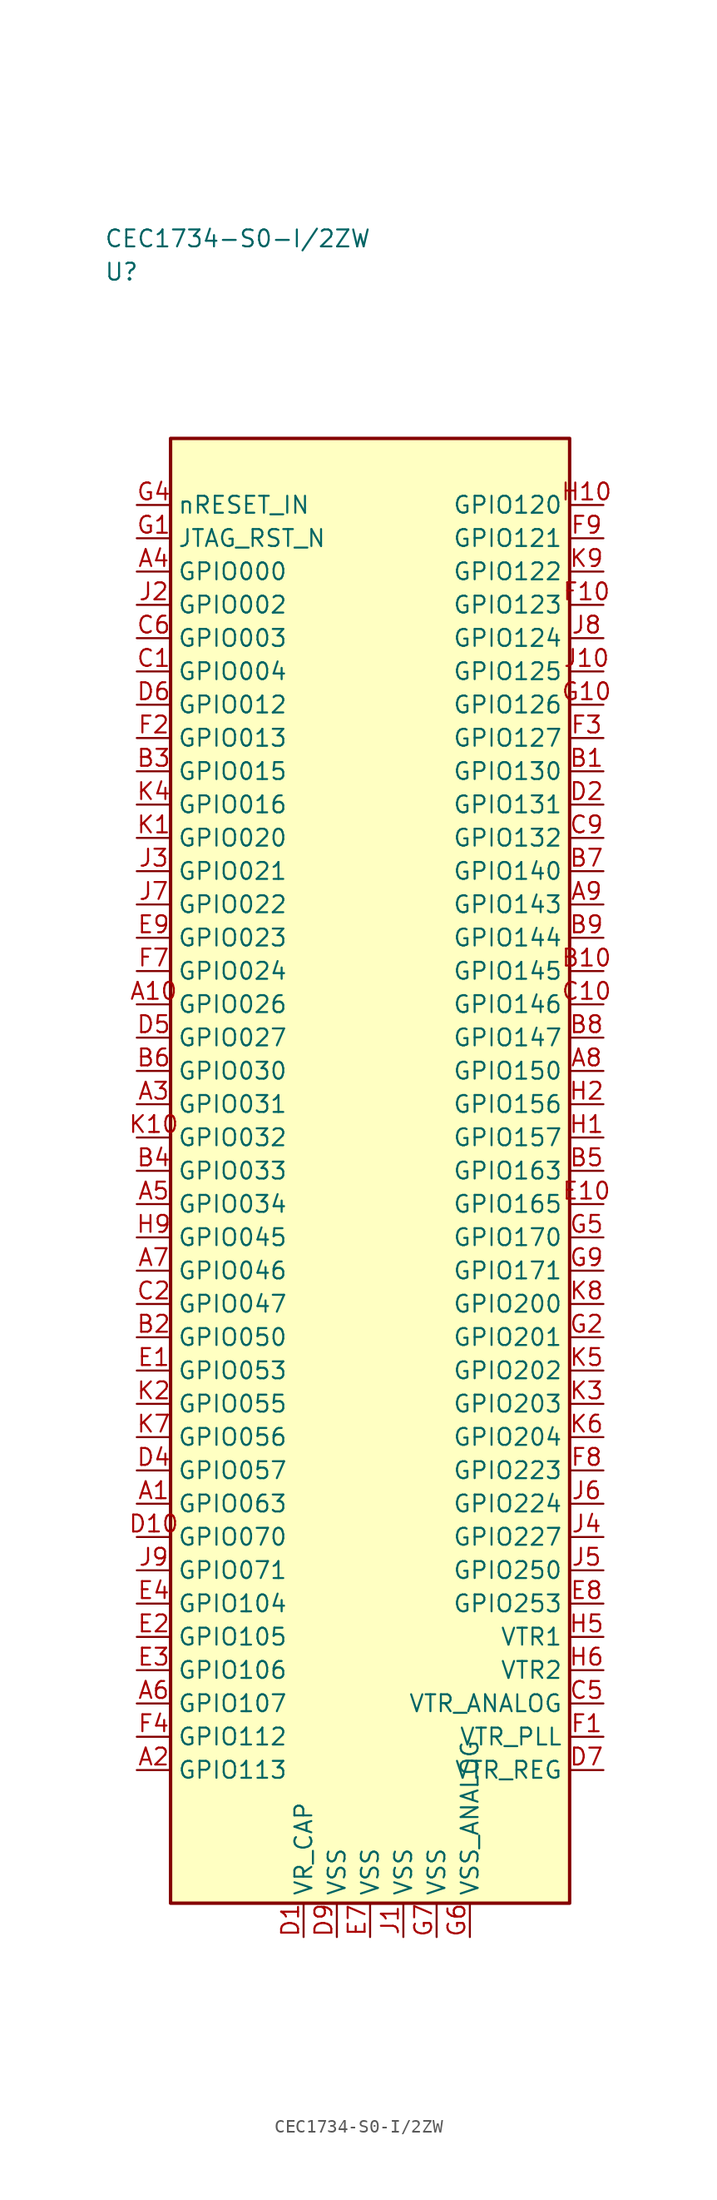
<source format=kicad_sym>
(kicad_symbol_lib
  (version 20241025)
  (generator "kicad_symbol_editor")
  (generator_version "8.0")
  (symbol "CEC1734-S0-I/2ZW"
    (property "Reference" "U"
      (at -20.0 67.5 0)
      (effects (font (size 1.27 1.27)) (justify left)))
    (property "Value" "CEC1734-S0-I/2ZW"
      (at -20.0 70.0 0)
      (effects (font (size 1.27 1.27)) (justify left)))
    (symbol "CEC1734-S0-I/2ZW_0_1"
      (rectangle (start -15.0 55.0) (end 15.0 -55.0) (stroke (width 0.254) (type default)) (fill (type background))))
    (symbol "CEC1734-S0-I/2ZW_1_1"
      (pin bidirectional line (at -17.54 45.0 0.0) (length 2.54) (name "GPIO000" (effects (font (size 1.27 1.27)))) (number "A4" (effects (font (size 1.27 1.27)))))
      (pin bidirectional line (at -17.54 42.5 0.0) (length 2.54) (name "GPIO002" (effects (font (size 1.27 1.27)))) (number "J2" (effects (font (size 1.27 1.27)))))
      (pin bidirectional line (at -17.54 40.0 0.0) (length 2.54) (name "GPIO003" (effects (font (size 1.27 1.27)))) (number "C6" (effects (font (size 1.27 1.27)))))
      (pin bidirectional line (at -17.54 37.5 0.0) (length 2.54) (name "GPIO004" (effects (font (size 1.27 1.27)))) (number "C1" (effects (font (size 1.27 1.27)))))
      (pin bidirectional line (at -17.54 35.0 0.0) (length 2.54) (name "GPIO012" (effects (font (size 1.27 1.27)))) (number "D6" (effects (font (size 1.27 1.27)))))
      (pin bidirectional line (at -17.54 32.5 0.0) (length 2.54) (name "GPIO013" (effects (font (size 1.27 1.27)))) (number "F2" (effects (font (size 1.27 1.27)))))
      (pin bidirectional line (at -17.54 30.0 0.0) (length 2.54) (name "GPIO015" (effects (font (size 1.27 1.27)))) (number "B3" (effects (font (size 1.27 1.27)))))
      (pin bidirectional line (at -17.54 27.5 0.0) (length 2.54) (name "GPIO016" (effects (font (size 1.27 1.27)))) (number "K4" (effects (font (size 1.27 1.27)))))
      (pin bidirectional line (at -17.54 25.0 0.0) (length 2.54) (name "GPIO020" (effects (font (size 1.27 1.27)))) (number "K1" (effects (font (size 1.27 1.27)))))
      (pin bidirectional line (at -17.54 22.5 0.0) (length 2.54) (name "GPIO021" (effects (font (size 1.27 1.27)))) (number "J3" (effects (font (size 1.27 1.27)))))
      (pin bidirectional line (at -17.54 20.0 0.0) (length 2.54) (name "GPIO022" (effects (font (size 1.27 1.27)))) (number "J7" (effects (font (size 1.27 1.27)))))
      (pin bidirectional line (at -17.54 17.5 0.0) (length 2.54) (name "GPIO023" (effects (font (size 1.27 1.27)))) (number "E9" (effects (font (size 1.27 1.27)))))
      (pin bidirectional line (at -17.54 15.0 0.0) (length 2.54) (name "GPIO024" (effects (font (size 1.27 1.27)))) (number "F7" (effects (font (size 1.27 1.27)))))
      (pin bidirectional line (at -17.54 12.5 0.0) (length 2.54) (name "GPIO026" (effects (font (size 1.27 1.27)))) (number "A10" (effects (font (size 1.27 1.27)))))
      (pin bidirectional line (at -17.54 10.0 0.0) (length 2.54) (name "GPIO027" (effects (font (size 1.27 1.27)))) (number "D5" (effects (font (size 1.27 1.27)))))
      (pin bidirectional line (at -17.54 7.5 0.0) (length 2.54) (name "GPIO030" (effects (font (size 1.27 1.27)))) (number "B6" (effects (font (size 1.27 1.27)))))
      (pin bidirectional line (at -17.54 5.0 0.0) (length 2.54) (name "GPIO031" (effects (font (size 1.27 1.27)))) (number "A3" (effects (font (size 1.27 1.27)))))
      (pin bidirectional line (at -17.54 2.5 0.0) (length 2.54) (name "GPIO032" (effects (font (size 1.27 1.27)))) (number "K10" (effects (font (size 1.27 1.27)))))
      (pin bidirectional line (at -17.54 0.0 0.0) (length 2.54) (name "GPIO033" (effects (font (size 1.27 1.27)))) (number "B4" (effects (font (size 1.27 1.27)))))
      (pin bidirectional line (at -17.54 -2.5 0.0) (length 2.54) (name "GPIO034" (effects (font (size 1.27 1.27)))) (number "A5" (effects (font (size 1.27 1.27)))))
      (pin bidirectional line (at -17.54 -5.0 0.0) (length 2.54) (name "GPIO045" (effects (font (size 1.27 1.27)))) (number "H9" (effects (font (size 1.27 1.27)))))
      (pin bidirectional line (at -17.54 -7.5 0.0) (length 2.54) (name "GPIO046" (effects (font (size 1.27 1.27)))) (number "A7" (effects (font (size 1.27 1.27)))))
      (pin bidirectional line (at -17.54 -10.0 0.0) (length 2.54) (name "GPIO047" (effects (font (size 1.27 1.27)))) (number "C2" (effects (font (size 1.27 1.27)))))
      (pin bidirectional line (at -17.54 -12.5 0.0) (length 2.54) (name "GPIO050" (effects (font (size 1.27 1.27)))) (number "B2" (effects (font (size 1.27 1.27)))))
      (pin bidirectional line (at -17.54 -15.0 0.0) (length 2.54) (name "GPIO053" (effects (font (size 1.27 1.27)))) (number "E1" (effects (font (size 1.27 1.27)))))
      (pin bidirectional line (at -17.54 -17.5 0.0) (length 2.54) (name "GPIO055" (effects (font (size 1.27 1.27)))) (number "K2" (effects (font (size 1.27 1.27)))))
      (pin bidirectional line (at -17.54 -20.0 0.0) (length 2.54) (name "GPIO056" (effects (font (size 1.27 1.27)))) (number "K7" (effects (font (size 1.27 1.27)))))
      (pin bidirectional line (at -17.54 -22.5 0.0) (length 2.54) (name "GPIO057" (effects (font (size 1.27 1.27)))) (number "D4" (effects (font (size 1.27 1.27)))))
      (pin bidirectional line (at -17.54 -25.0 0.0) (length 2.54) (name "GPIO063" (effects (font (size 1.27 1.27)))) (number "A1" (effects (font (size 1.27 1.27)))))
      (pin bidirectional line (at -17.54 -27.5 0.0) (length 2.54) (name "GPIO070" (effects (font (size 1.27 1.27)))) (number "D10" (effects (font (size 1.27 1.27)))))
      (pin bidirectional line (at -17.54 -30.0 0.0) (length 2.54) (name "GPIO071" (effects (font (size 1.27 1.27)))) (number "J9" (effects (font (size 1.27 1.27)))))
      (pin bidirectional line (at -17.54 -32.5 0.0) (length 2.54) (name "GPIO104" (effects (font (size 1.27 1.27)))) (number "E4" (effects (font (size 1.27 1.27)))))
      (pin bidirectional line (at -17.54 -35.0 0.0) (length 2.54) (name "GPIO105" (effects (font (size 1.27 1.27)))) (number "E2" (effects (font (size 1.27 1.27)))))
      (pin bidirectional line (at -17.54 -37.5 0.0) (length 2.54) (name "GPIO106" (effects (font (size 1.27 1.27)))) (number "E3" (effects (font (size 1.27 1.27)))))
      (pin bidirectional line (at -17.54 -40.0 0.0) (length 2.54) (name "GPIO107" (effects (font (size 1.27 1.27)))) (number "A6" (effects (font (size 1.27 1.27)))))
      (pin bidirectional line (at -17.54 -42.5 0.0) (length 2.54) (name "GPIO112" (effects (font (size 1.27 1.27)))) (number "F4" (effects (font (size 1.27 1.27)))))
      (pin bidirectional line (at -17.54 -45.0 0.0) (length 2.54) (name "GPIO113" (effects (font (size 1.27 1.27)))) (number "A2" (effects (font (size 1.27 1.27)))))
      (pin bidirectional line (at 17.54 50.0 180.0) (length 2.54) (name "GPIO120" (effects (font (size 1.27 1.27)))) (number "H10" (effects (font (size 1.27 1.27)))))
      (pin bidirectional line (at 17.54 47.5 180.0) (length 2.54) (name "GPIO121" (effects (font (size 1.27 1.27)))) (number "F9" (effects (font (size 1.27 1.27)))))
      (pin bidirectional line (at 17.54 45.0 180.0) (length 2.54) (name "GPIO122" (effects (font (size 1.27 1.27)))) (number "K9" (effects (font (size 1.27 1.27)))))
      (pin bidirectional line (at 17.54 42.5 180.0) (length 2.54) (name "GPIO123" (effects (font (size 1.27 1.27)))) (number "F10" (effects (font (size 1.27 1.27)))))
      (pin bidirectional line (at 17.54 40.0 180.0) (length 2.54) (name "GPIO124" (effects (font (size 1.27 1.27)))) (number "J8" (effects (font (size 1.27 1.27)))))
      (pin bidirectional line (at 17.54 37.5 180.0) (length 2.54) (name "GPIO125" (effects (font (size 1.27 1.27)))) (number "J10" (effects (font (size 1.27 1.27)))))
      (pin bidirectional line (at 17.54 35.0 180.0) (length 2.54) (name "GPIO126" (effects (font (size 1.27 1.27)))) (number "G10" (effects (font (size 1.27 1.27)))))
      (pin bidirectional line (at 17.54 32.5 180.0) (length 2.54) (name "GPIO127" (effects (font (size 1.27 1.27)))) (number "F3" (effects (font (size 1.27 1.27)))))
      (pin bidirectional line (at 17.54 30.0 180.0) (length 2.54) (name "GPIO130" (effects (font (size 1.27 1.27)))) (number "B1" (effects (font (size 1.27 1.27)))))
      (pin bidirectional line (at 17.54 27.5 180.0) (length 2.54) (name "GPIO131" (effects (font (size 1.27 1.27)))) (number "D2" (effects (font (size 1.27 1.27)))))
      (pin bidirectional line (at 17.54 25.0 180.0) (length 2.54) (name "GPIO132" (effects (font (size 1.27 1.27)))) (number "C9" (effects (font (size 1.27 1.27)))))
      (pin bidirectional line (at 17.54 22.5 180.0) (length 2.54) (name "GPIO140" (effects (font (size 1.27 1.27)))) (number "B7" (effects (font (size 1.27 1.27)))))
      (pin bidirectional line (at 17.54 20.0 180.0) (length 2.54) (name "GPIO143" (effects (font (size 1.27 1.27)))) (number "A9" (effects (font (size 1.27 1.27)))))
      (pin bidirectional line (at 17.54 17.5 180.0) (length 2.54) (name "GPIO144" (effects (font (size 1.27 1.27)))) (number "B9" (effects (font (size 1.27 1.27)))))
      (pin bidirectional line (at 17.54 15.0 180.0) (length 2.54) (name "GPIO145" (effects (font (size 1.27 1.27)))) (number "B10" (effects (font (size 1.27 1.27)))))
      (pin bidirectional line (at 17.54 12.5 180.0) (length 2.54) (name "GPIO146" (effects (font (size 1.27 1.27)))) (number "C10" (effects (font (size 1.27 1.27)))))
      (pin bidirectional line (at 17.54 10.0 180.0) (length 2.54) (name "GPIO147" (effects (font (size 1.27 1.27)))) (number "B8" (effects (font (size 1.27 1.27)))))
      (pin bidirectional line (at 17.54 7.5 180.0) (length 2.54) (name "GPIO150" (effects (font (size 1.27 1.27)))) (number "A8" (effects (font (size 1.27 1.27)))))
      (pin bidirectional line (at 17.54 5.0 180.0) (length 2.54) (name "GPIO156" (effects (font (size 1.27 1.27)))) (number "H2" (effects (font (size 1.27 1.27)))))
      (pin bidirectional line (at 17.54 2.5 180.0) (length 2.54) (name "GPIO157" (effects (font (size 1.27 1.27)))) (number "H1" (effects (font (size 1.27 1.27)))))
      (pin bidirectional line (at 17.54 0.0 180.0) (length 2.54) (name "GPIO163" (effects (font (size 1.27 1.27)))) (number "B5" (effects (font (size 1.27 1.27)))))
      (pin bidirectional line (at 17.54 -2.5 180.0) (length 2.54) (name "GPIO165" (effects (font (size 1.27 1.27)))) (number "E10" (effects (font (size 1.27 1.27)))))
      (pin bidirectional line (at 17.54 -5.0 180.0) (length 2.54) (name "GPIO170" (effects (font (size 1.27 1.27)))) (number "G5" (effects (font (size 1.27 1.27)))))
      (pin bidirectional line (at 17.54 -7.5 180.0) (length 2.54) (name "GPIO171" (effects (font (size 1.27 1.27)))) (number "G9" (effects (font (size 1.27 1.27)))))
      (pin bidirectional line (at 17.54 -10.0 180.0) (length 2.54) (name "GPIO200" (effects (font (size 1.27 1.27)))) (number "K8" (effects (font (size 1.27 1.27)))))
      (pin bidirectional line (at 17.54 -12.5 180.0) (length 2.54) (name "GPIO201" (effects (font (size 1.27 1.27)))) (number "G2" (effects (font (size 1.27 1.27)))))
      (pin bidirectional line (at 17.54 -15.0 180.0) (length 2.54) (name "GPIO202" (effects (font (size 1.27 1.27)))) (number "K5" (effects (font (size 1.27 1.27)))))
      (pin bidirectional line (at 17.54 -17.5 180.0) (length 2.54) (name "GPIO203" (effects (font (size 1.27 1.27)))) (number "K3" (effects (font (size 1.27 1.27)))))
      (pin bidirectional line (at 17.54 -20.0 180.0) (length 2.54) (name "GPIO204" (effects (font (size 1.27 1.27)))) (number "K6" (effects (font (size 1.27 1.27)))))
      (pin bidirectional line (at 17.54 -22.5 180.0) (length 2.54) (name "GPIO223" (effects (font (size 1.27 1.27)))) (number "F8" (effects (font (size 1.27 1.27)))))
      (pin bidirectional line (at 17.54 -25.0 180.0) (length 2.54) (name "GPIO224" (effects (font (size 1.27 1.27)))) (number "J6" (effects (font (size 1.27 1.27)))))
      (pin bidirectional line (at 17.54 -27.5 180.0) (length 2.54) (name "GPIO227" (effects (font (size 1.27 1.27)))) (number "J4" (effects (font (size 1.27 1.27)))))
      (pin bidirectional line (at 17.54 -30.0 180.0) (length 2.54) (name "GPIO250" (effects (font (size 1.27 1.27)))) (number "J5" (effects (font (size 1.27 1.27)))))
      (pin bidirectional line (at 17.54 -32.5 180.0) (length 2.54) (name "GPIO253" (effects (font (size 1.27 1.27)))) (number "E8" (effects (font (size 1.27 1.27)))))
      (pin input line (at -17.54 47.5 0.0) (length 2.54) (name "JTAG_RST_N" (effects (font (size 1.27 1.27)))) (number "G1" (effects (font (size 1.27 1.27)))))
      (pin input line (at -17.54 50.0 0.0) (length 2.54) (name "nRESET_IN" (effects (font (size 1.27 1.27)))) (number "G4" (effects (font (size 1.27 1.27)))))
      (pin passive line (at 7.5 -57.54 90.0) (length 2.54) (name "VSS_ANALOG" (effects (font (size 1.27 1.27)))) (number "G6" (effects (font (size 1.27 1.27)))))
      (pin bidirectional line (at 17.54 -42.5 180.0) (length 2.54) (name "VTR_PLL" (effects (font (size 1.27 1.27)))) (number "F1" (effects (font (size 1.27 1.27)))))
      (pin passive line (at -2.5 -57.54 90.0) (length 2.54) (name "VSS" (effects (font (size 1.27 1.27)))) (number "D9" (effects (font (size 1.27 1.27)))))
      (pin bidirectional line (at 17.54 -45.0 180.0) (length 2.54) (name "VTR_REG" (effects (font (size 1.27 1.27)))) (number "D7" (effects (font (size 1.27 1.27)))))
      (pin bidirectional line (at 17.54 -35.0 180.0) (length 2.54) (name "VTR1" (effects (font (size 1.27 1.27)))) (number "H5" (effects (font (size 1.27 1.27)))))
      (pin bidirectional line (at 17.54 -40.0 180.0) (length 2.54) (name "VTR_ANALOG" (effects (font (size 1.27 1.27)))) (number "C5" (effects (font (size 1.27 1.27)))))
      (pin passive line (at -5.0 -57.54 90.0) (length 2.54) (name "VR_CAP" (effects (font (size 1.27 1.27)))) (number "D1" (effects (font (size 1.27 1.27)))))
      (pin passive line (at 0.0 -57.54 90.0) (length 2.54) (name "VSS" (effects (font (size 1.27 1.27)))) (number "E7" (effects (font (size 1.27 1.27)))))
      (pin bidirectional line (at 17.54 -37.5 180.0) (length 2.54) (name "VTR2" (effects (font (size 1.27 1.27)))) (number "H6" (effects (font (size 1.27 1.27)))))
      (pin passive line (at 2.5 -57.54 90.0) (length 2.54) (name "VSS" (effects (font (size 1.27 1.27)))) (number "J1" (effects (font (size 1.27 1.27)))))
      (pin passive line (at 5.0 -57.54 90.0) (length 2.54) (name "VSS" (effects (font (size 1.27 1.27)))) (number "G7" (effects (font (size 1.27 1.27))))))))
</source>
